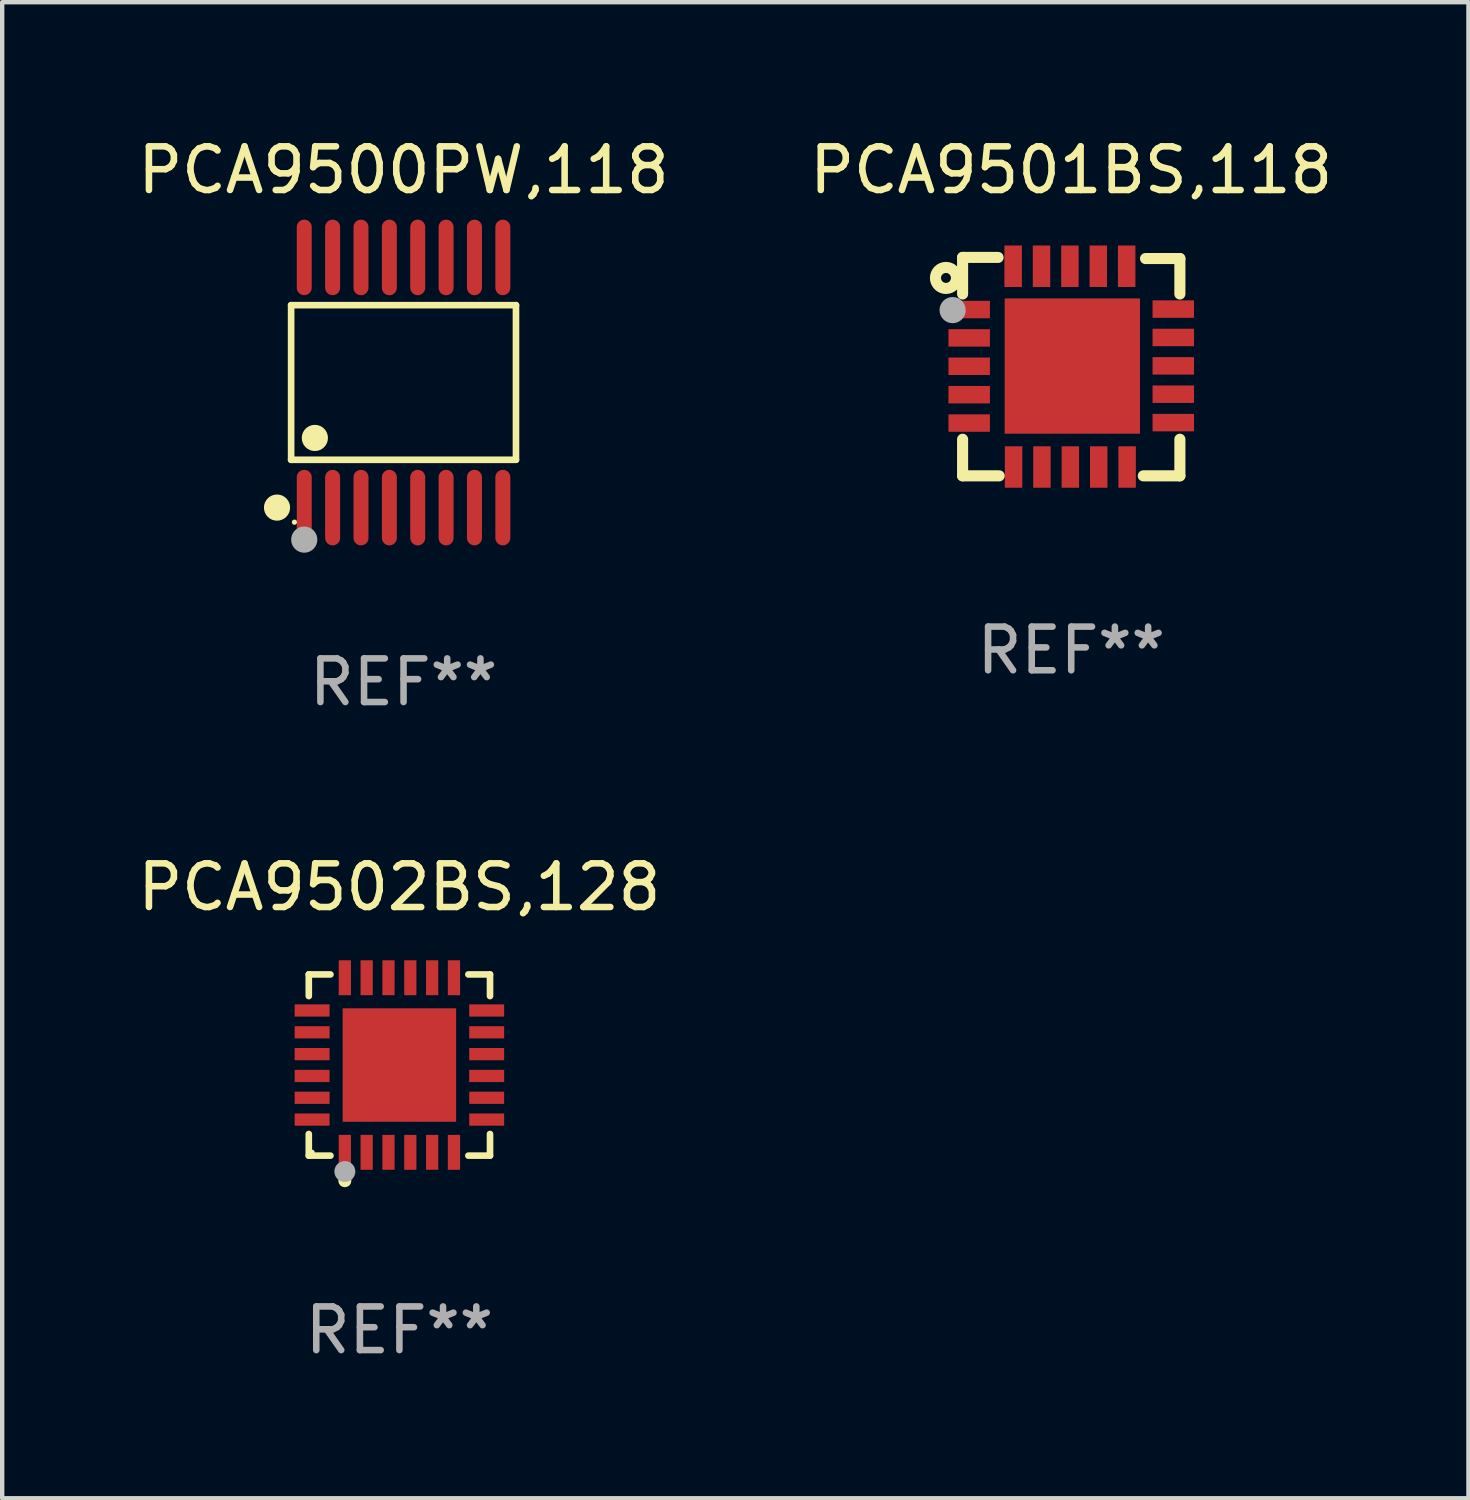
<source format=kicad_pcb>
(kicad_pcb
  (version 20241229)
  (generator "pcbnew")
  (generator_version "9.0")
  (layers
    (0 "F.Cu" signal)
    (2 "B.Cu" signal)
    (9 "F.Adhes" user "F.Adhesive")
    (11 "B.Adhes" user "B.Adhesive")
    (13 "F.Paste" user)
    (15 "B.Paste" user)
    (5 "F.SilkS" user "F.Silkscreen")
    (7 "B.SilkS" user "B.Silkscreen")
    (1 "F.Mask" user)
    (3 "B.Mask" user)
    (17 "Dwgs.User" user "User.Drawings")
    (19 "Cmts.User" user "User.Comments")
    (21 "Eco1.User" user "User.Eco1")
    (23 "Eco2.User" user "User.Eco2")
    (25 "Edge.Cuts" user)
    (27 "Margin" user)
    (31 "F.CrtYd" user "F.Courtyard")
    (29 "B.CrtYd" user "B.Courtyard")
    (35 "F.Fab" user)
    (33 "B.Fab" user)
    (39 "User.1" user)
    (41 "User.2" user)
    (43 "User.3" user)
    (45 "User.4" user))
  (footprint "PCA9502BS,128"
    (layer "F.Cu")
    (at 6.101 21.352)
    (property "Reference" "PCA9502BS,128" (at 0 -4.076 0) (layer "F.SilkS") (effects (font (size 1 1) (thickness 0.15))))
    (attr through_hole)
    (fp_line (start -2.076 -2.076) (end -1.58 -2.076) (stroke (width 0.152) (type solid)) (layer "F.SilkS"))
    (fp_line (start -2.076 -1.58) (end -2.076 -2.076) (stroke (width 0.152) (type solid)) (layer "F.SilkS"))
    (fp_line (start -2.076 1.58) (end -2.076 2.076) (stroke (width 0.152) (type solid)) (layer "F.SilkS"))
    (fp_line (start -2.076 2.076) (end -1.58 2.076) (stroke (width 0.152) (type solid)) (layer "F.SilkS"))
    (fp_line (start 2.076 -2.076) (end 1.58 -2.076) (stroke (width 0.152) (type solid)) (layer "F.SilkS"))
    (fp_line (start 2.076 -1.58) (end 2.076 -2.076) (stroke (width 0.152) (type solid)) (layer "F.SilkS"))
    (fp_line (start 2.076 1.58) (end 2.076 2.076) (stroke (width 0.152) (type solid)) (layer "F.SilkS"))
    (fp_line (start 2.076 2.076) (end 1.58 2.076) (stroke (width 0.152) (type solid)) (layer "F.SilkS"))
    (fp_circle (center -2 2) (end -1.97 2) (stroke (width 0.06) (type solid)) (fill no) (layer "F.SilkS"))
    (fp_circle (center -1.25 2.65) (end -1.175 2.65) (stroke (width 0.15) (type solid)) (fill no) (layer "F.SilkS"))
    (fp_circle (center -1.25 2.44) (end -1.13 2.44) (stroke (width 0.24) (type solid)) (fill no) (layer "F.Fab"))
    (fp_text user "REF**" (at 0 6.076 0) (layer "F.Fab") (effects (font (size 1 1) (thickness 0.15))))
    (pad "1" smd rect (at -1.25 2) (size 0.28 0.8) (layers "F.Cu" "F.Mask" "F.Paste"))
    (pad "2" smd rect (at -0.75 2) (size 0.28 0.8) (layers "F.Cu" "F.Mask" "F.Paste"))
    (pad "3" smd rect (at -0.25 2) (size 0.28 0.8) (layers "F.Cu" "F.Mask" "F.Paste"))
    (pad "4" smd rect (at 0.25 2) (size 0.28 0.8) (layers "F.Cu" "F.Mask" "F.Paste"))
    (pad "5" smd rect (at 0.75 2) (size 0.28 0.8) (layers "F.Cu" "F.Mask" "F.Paste"))
    (pad "6" smd rect (at 1.25 2) (size 0.28 0.8) (layers "F.Cu" "F.Mask" "F.Paste"))
    (pad "7" smd rect (at 2 1.25) (size 0.8 0.28) (layers "F.Cu" "F.Mask" "F.Paste"))
    (pad "8" smd rect (at 2 0.75) (size 0.8 0.28) (layers "F.Cu" "F.Mask" "F.Paste"))
    (pad "9" smd rect (at 2 0.25) (size 0.8 0.28) (layers "F.Cu" "F.Mask" "F.Paste"))
    (pad "10" smd rect (at 2 -0.25) (size 0.8 0.28) (layers "F.Cu" "F.Mask" "F.Paste"))
    (pad "11" smd rect (at 2 -0.75) (size 0.8 0.28) (layers "F.Cu" "F.Mask" "F.Paste"))
    (pad "12" smd rect (at 2 -1.25) (size 0.8 0.28) (layers "F.Cu" "F.Mask" "F.Paste"))
    (pad "13" smd rect (at 1.25 -2) (size 0.28 0.8) (layers "F.Cu" "F.Mask" "F.Paste"))
    (pad "14" smd rect (at 0.75 -2) (size 0.28 0.8) (layers "F.Cu" "F.Mask" "F.Paste"))
    (pad "15" smd rect (at 0.25 -2) (size 0.28 0.8) (layers "F.Cu" "F.Mask" "F.Paste"))
    (pad "16" smd rect (at -0.25 -2) (size 0.28 0.8) (layers "F.Cu" "F.Mask" "F.Paste"))
    (pad "17" smd rect (at -0.75 -2) (size 0.28 0.8) (layers "F.Cu" "F.Mask" "F.Paste"))
    (pad "18" smd rect (at -1.25 -2) (size 0.28 0.8) (layers "F.Cu" "F.Mask" "F.Paste"))
    (pad "19" smd rect (at -2 -1.25) (size 0.8 0.28) (layers "F.Cu" "F.Mask" "F.Paste"))
    (pad "20" smd rect (at -2 -0.75) (size 0.8 0.28) (layers "F.Cu" "F.Mask" "F.Paste"))
    (pad "21" smd rect (at -2 -0.25) (size 0.8 0.28) (layers "F.Cu" "F.Mask" "F.Paste"))
    (pad "22" smd rect (at -2 0.25) (size 0.8 0.28) (layers "F.Cu" "F.Mask" "F.Paste"))
    (pad "23" smd rect (at -2 0.75) (size 0.8 0.28) (layers "F.Cu" "F.Mask" "F.Paste"))
    (pad "24" smd rect (at -2 1.25) (size 0.8 0.28) (layers "F.Cu" "F.Mask" "F.Paste"))
    (pad "25" smd rect (at 0 0) (size 2.6 2.6) (layers "F.Cu" "F.Mask" "F.Paste")))
  (footprint "PCA9501BS,118"
    (layer "F.Cu")
    (at 21.494 5.35)
    (property "Reference" "PCA9501BS,118" (at 0 -4.502 0) (layer "F.SilkS") (effects (font (size 1 1) (thickness 0.15))))
    (attr through_hole)
    (fp_line (start -2.489 -2.502) (end -2.489 -2.476) (stroke (width 0.254) (type solid)) (layer "F.SilkS"))
    (fp_line (start -2.489 -2.476) (end -2.489 -1.664) (stroke (width 0.254) (type solid)) (layer "F.SilkS"))
    (fp_line (start -2.489 2.502) (end -2.489 1.664) (stroke (width 0.254) (type solid)) (layer "F.SilkS"))
    (fp_line (start -2.464 -2.502) (end -2.489 -2.502) (stroke (width 0.254) (type solid)) (layer "F.SilkS"))
    (fp_line (start -1.676 -2.502) (end -2.464 -2.502) (stroke (width 0.254) (type solid)) (layer "F.SilkS"))
    (fp_line (start -1.651 2.502) (end -2.489 2.502) (stroke (width 0.254) (type solid)) (layer "F.SilkS"))
    (fp_line (start 2.489 -2.476) (end 1.702 -2.476) (stroke (width 0.254) (type solid)) (layer "F.SilkS"))
    (fp_line (start 2.489 -1.664) (end 2.489 -2.476) (stroke (width 0.254) (type solid)) (layer "F.SilkS"))
    (fp_line (start 2.489 1.664) (end 2.489 2.502) (stroke (width 0.254) (type solid)) (layer "F.SilkS"))
    (fp_line (start 2.489 2.502) (end 1.651 2.502) (stroke (width 0.254) (type solid)) (layer "F.SilkS"))
    (fp_circle (center -2.87 -2.032) (end -2.756 -2.032) (stroke (width 0.254) (type solid)) (fill no) (layer "F.SilkS"))
    (fp_circle (center -2.5 -2.5) (end -2.47 -2.5) (stroke (width 0.06) (type solid)) (fill no) (layer "F.SilkS"))
    (fp_circle (center -2.718 -1.295) (end -2.568 -1.295) (stroke (width 0.3) (type solid)) (fill no) (layer "F.Fab"))
    (fp_text user "REF**" (at 0 6.502 0) (layer "F.Fab") (effects (font (size 1 1) (thickness 0.15))))
    (pad "1" smd rect (at -2.338 -1.308 270) (size 0.4 0.95) (layers "F.Cu" "F.Mask" "F.Paste"))
    (pad "2" smd rect (at -2.338 -0.658 270) (size 0.4 0.95) (layers "F.Cu" "F.Mask" "F.Paste"))
    (pad "3" smd rect (at -2.338 -0.008 270) (size 0.4 0.95) (layers "F.Cu" "F.Mask" "F.Paste"))
    (pad "4" smd rect (at -2.338 0.643 270) (size 0.4 0.95) (layers "F.Cu" "F.Mask" "F.Paste"))
    (pad "5" smd rect (at -2.338 1.293 270) (size 0.4 0.95) (layers "F.Cu" "F.Mask" "F.Paste"))
    (pad "6" smd rect (at -1.321 2.3) (size 0.4 0.95) (layers "F.Cu" "F.Mask" "F.Paste"))
    (pad "7" smd rect (at -0.671 2.3) (size 0.4 0.95) (layers "F.Cu" "F.Mask" "F.Paste"))
    (pad "8" smd rect (at -0.02 2.3) (size 0.4 0.95) (layers "F.Cu" "F.Mask" "F.Paste"))
    (pad "9" smd rect (at 0.63 2.3) (size 0.4 0.95) (layers "F.Cu" "F.Mask" "F.Paste"))
    (pad "10" smd rect (at 1.28 2.3) (size 0.4 0.95) (layers "F.Cu" "F.Mask" "F.Paste"))
    (pad "11" smd rect (at 2.338 1.283 90) (size 0.4 0.95) (layers "F.Cu" "F.Mask" "F.Paste"))
    (pad "12" smd rect (at 2.338 0.632 90) (size 0.4 0.95) (layers "F.Cu" "F.Mask" "F.Paste"))
    (pad "13" smd rect (at 2.338 -0.018 90) (size 0.4 0.95) (layers "F.Cu" "F.Mask" "F.Paste"))
    (pad "14" smd rect (at 2.338 -0.668 90) (size 0.4 0.95) (layers "F.Cu" "F.Mask" "F.Paste"))
    (pad "15" smd rect (at 2.338 -1.318 90) (size 0.4 0.95) (layers "F.Cu" "F.Mask" "F.Paste"))
    (pad "16" smd rect (at 1.27 -2.3 180) (size 0.4 0.95) (layers "F.Cu" "F.Mask" "F.Paste"))
    (pad "17" smd rect (at 0.62 -2.3 180) (size 0.4 0.95) (layers "F.Cu" "F.Mask" "F.Paste"))
    (pad "18" smd rect (at -0.03 -2.3 180) (size 0.4 0.95) (layers "F.Cu" "F.Mask" "F.Paste"))
    (pad "19" smd rect (at -0.681 -2.3 180) (size 0.4 0.95) (layers "F.Cu" "F.Mask" "F.Paste"))
    (pad "20" smd rect (at -1.331 -2.3 180) (size 0.4 0.95) (layers "F.Cu" "F.Mask" "F.Paste"))
    (pad "21" smd rect (at 0.025 -0.013 180) (size 3.1 3.1) (layers "F.Cu" "F.Mask" "F.Paste")))
  (footprint "PCA9500PW,118"
    (layer "F.Cu")
    (at 6.196 5.714)
    (property "Reference" "PCA9500PW,118" (at 0 -4.866 0) (layer "F.SilkS") (effects (font (size 1 1) (thickness 0.15))))
    (attr through_hole)
    (fp_line (start -2.576 -1.772) (end 2.576 -1.772) (stroke (width 0.152) (type solid)) (layer "F.SilkS"))
    (fp_line (start -2.576 1.771) (end -2.576 -1.772) (stroke (width 0.152) (type solid)) (layer "F.SilkS"))
    (fp_line (start 2.576 -1.772) (end 2.576 1.771) (stroke (width 0.152) (type solid)) (layer "F.SilkS"))
    (fp_line (start 2.576 1.771) (end -2.576 1.771) (stroke (width 0.152) (type solid)) (layer "F.SilkS"))
    (fp_circle (center -2.899 2.866) (end -2.749 2.866) (stroke (width 0.3) (type solid)) (fill no) (layer "F.SilkS"))
    (fp_circle (center -2.5 3.2) (end -2.47 3.2) (stroke (width 0.06) (type solid)) (fill no) (layer "F.SilkS"))
    (fp_circle (center -2.032 1.27) (end -1.882 1.27) (stroke (width 0.3) (type solid)) (fill no) (layer "F.SilkS"))
    (fp_circle (center -2.275 3.6) (end -2.125 3.6) (stroke (width 0.3) (type solid)) (fill no) (layer "F.Fab"))
    (fp_text user "REF**" (at 0 6.866 0) (layer "F.Fab") (effects (font (size 1 1) (thickness 0.15))))
    (pad "1" smd oval (at -2.275 2.866) (size 0.343 1.731) (layers "F.Cu" "F.Mask" "F.Paste"))
    (pad "2" smd oval (at -1.625 2.866) (size 0.343 1.731) (layers "F.Cu" "F.Mask" "F.Paste"))
    (pad "3" smd oval (at -0.975 2.866) (size 0.343 1.731) (layers "F.Cu" "F.Mask" "F.Paste"))
    (pad "4" smd oval (at -0.325 2.866) (size 0.343 1.731) (layers "F.Cu" "F.Mask" "F.Paste"))
    (pad "5" smd oval (at 0.325 2.866) (size 0.343 1.731) (layers "F.Cu" "F.Mask" "F.Paste"))
    (pad "6" smd oval (at 0.975 2.866) (size 0.343 1.731) (layers "F.Cu" "F.Mask" "F.Paste"))
    (pad "7" smd oval (at 1.625 2.866) (size 0.343 1.731) (layers "F.Cu" "F.Mask" "F.Paste"))
    (pad "8" smd oval (at 2.275 2.866) (size 0.343 1.731) (layers "F.Cu" "F.Mask" "F.Paste"))
    (pad "9" smd oval (at 2.275 -2.866) (size 0.343 1.731) (layers "F.Cu" "F.Mask" "F.Paste"))
    (pad "10" smd oval (at 1.625 -2.866) (size 0.343 1.731) (layers "F.Cu" "F.Mask" "F.Paste"))
    (pad "11" smd oval (at 0.975 -2.866) (size 0.343 1.731) (layers "F.Cu" "F.Mask" "F.Paste"))
    (pad "12" smd oval (at 0.325 -2.866) (size 0.343 1.731) (layers "F.Cu" "F.Mask" "F.Paste"))
    (pad "13" smd oval (at -0.325 -2.866) (size 0.343 1.731) (layers "F.Cu" "F.Mask" "F.Paste"))
    (pad "14" smd oval (at -0.975 -2.866) (size 0.343 1.731) (layers "F.Cu" "F.Mask" "F.Paste"))
    (pad "15" smd oval (at -1.625 -2.866) (size 0.343 1.731) (layers "F.Cu" "F.Mask" "F.Paste"))
    (pad "16" smd oval (at -2.275 -2.866) (size 0.343 1.731) (layers "F.Cu" "F.Mask" "F.Paste")))
  (gr_rect
    (start -3 -3)
    (end 30.595 31.277)
    (stroke (width 0.1) (type default))
    (fill no)
    (layer "Edge.Cuts")))
</source>
